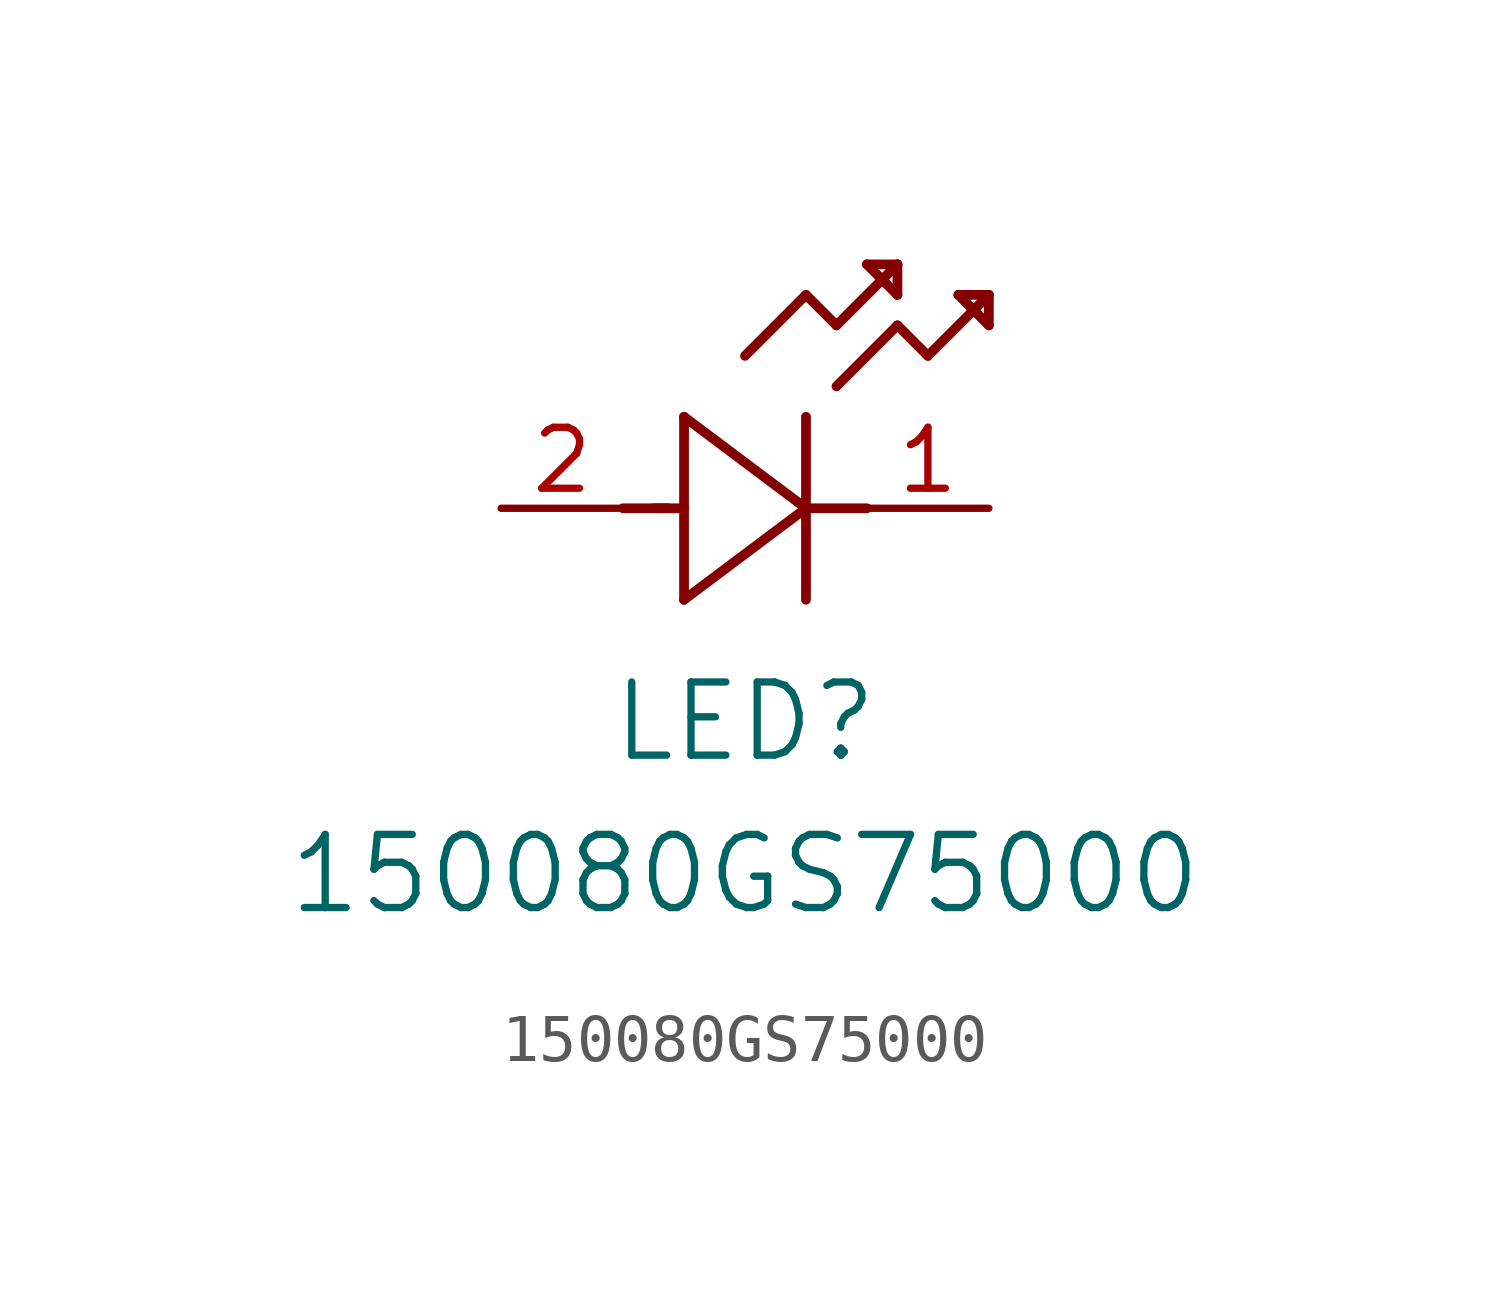
<source format=kicad_sym>
(kicad_symbol_lib
  (version 20211014)
  (generator kicad_symbol_editor)
  (symbol "150080GS75000"
    (pin_names
      (offset 0.254))
    (property "Reference" "LED"
      (at 5.08 -4.445 0)
      (effects (font (size 1.524 1.524))))
    (property "Value" "150080GS75000"
      (at 5.08 -7.62 0)
      (effects (font (size 1.524 1.524))))
    (symbol "150080GS75000_0_1"
      (polyline (pts (xy 2.54 0) (xy 3.48 0)) (stroke (width 0.203) (type default) (color 0 0 0 0)) (fill (type none)))
      (polyline (pts (xy 3.81 1.905) (xy 3.81 -1.905)) (stroke (width 0.203) (type default) (color 0 0 0 0)) (fill (type none)))
      (polyline (pts (xy 3.175 0) (xy 3.81 0)) (stroke (width 0.203) (type default) (color 0 0 0 0)) (fill (type none)))
      (polyline (pts (xy 6.35 -1.905) (xy 6.35 1.905)) (stroke (width 0.203) (type default) (color 0 0 0 0)) (fill (type none)))
      (polyline (pts (xy 6.35 0) (xy 7.62 0)) (stroke (width 0.203) (type default) (color 0 0 0 0)) (fill (type none)))
      (polyline (pts (xy 6.35 4.445) (xy 6.985 3.81)) (stroke (width 0.203) (type default) (color 0 0 0 0)) (fill (type none)))
      (polyline (pts (xy 6.985 3.81) (xy 8.255 5.08)) (stroke (width 0.203) (type default) (color 0 0 0 0)) (fill (type none)))
      (polyline (pts (xy 8.255 3.81) (xy 8.89 3.175)) (stroke (width 0.203) (type default) (color 0 0 0 0)) (fill (type none)))
      (polyline (pts (xy 8.89 3.175) (xy 10.16 4.445)) (stroke (width 0.203) (type default) (color 0 0 0 0)) (fill (type none)))
      (polyline (pts (xy 8.255 5.08) (xy 7.62 5.08)) (stroke (width 0.203) (type default) (color 0 0 0 0)) (fill (type none)))
      (polyline (pts (xy 7.62 5.08) (xy 8.255 4.445)) (stroke (width 0.203) (type default) (color 0 0 0 0)) (fill (type none)))
      (polyline (pts (xy 8.255 4.445) (xy 8.255 5.08)) (stroke (width 0.203) (type default) (color 0 0 0 0)) (fill (type none)))
      (polyline (pts (xy 10.16 4.445) (xy 9.525 4.445)) (stroke (width 0.203) (type default) (color 0 0 0 0)) (fill (type none)))
      (polyline (pts (xy 9.525 4.445) (xy 10.16 3.81)) (stroke (width 0.203) (type default) (color 0 0 0 0)) (fill (type none)))
      (polyline (pts (xy 10.16 3.81) (xy 10.16 4.445)) (stroke (width 0.203) (type default) (color 0 0 0 0)) (fill (type none)))
      (polyline (pts (xy 6.985 2.54) (xy 8.255 3.81)) (stroke (width 0.203) (type default) (color 0 0 0 0)) (fill (type none)))
      (polyline (pts (xy 6.35 0) (xy 3.81 1.905)) (stroke (width 0.203) (type default) (color 0 0 0 0)) (fill (type none)))
      (polyline (pts (xy 3.81 -1.905) (xy 6.35 0)) (stroke (width 0.203) (type default) (color 0 0 0 0)) (fill (type none)))
      (polyline (pts (xy 5.08 3.175) (xy 6.35 4.445)) (stroke (width 0.203) (type default) (color 0 0 0 0)) (fill (type none)))
      (pin unspecified line (at 10.16 0 180) (length 2.54) (name "" (effects (font (size 1.27 1.27)))) (number "1" (effects (font (size 1.27 1.27)))))
      (pin unspecified line (at 0 0 0) (length 2.54) (name "" (effects (font (size 1.27 1.27)))) (number "2" (effects (font (size 1.27 1.27))))))))
</source>
